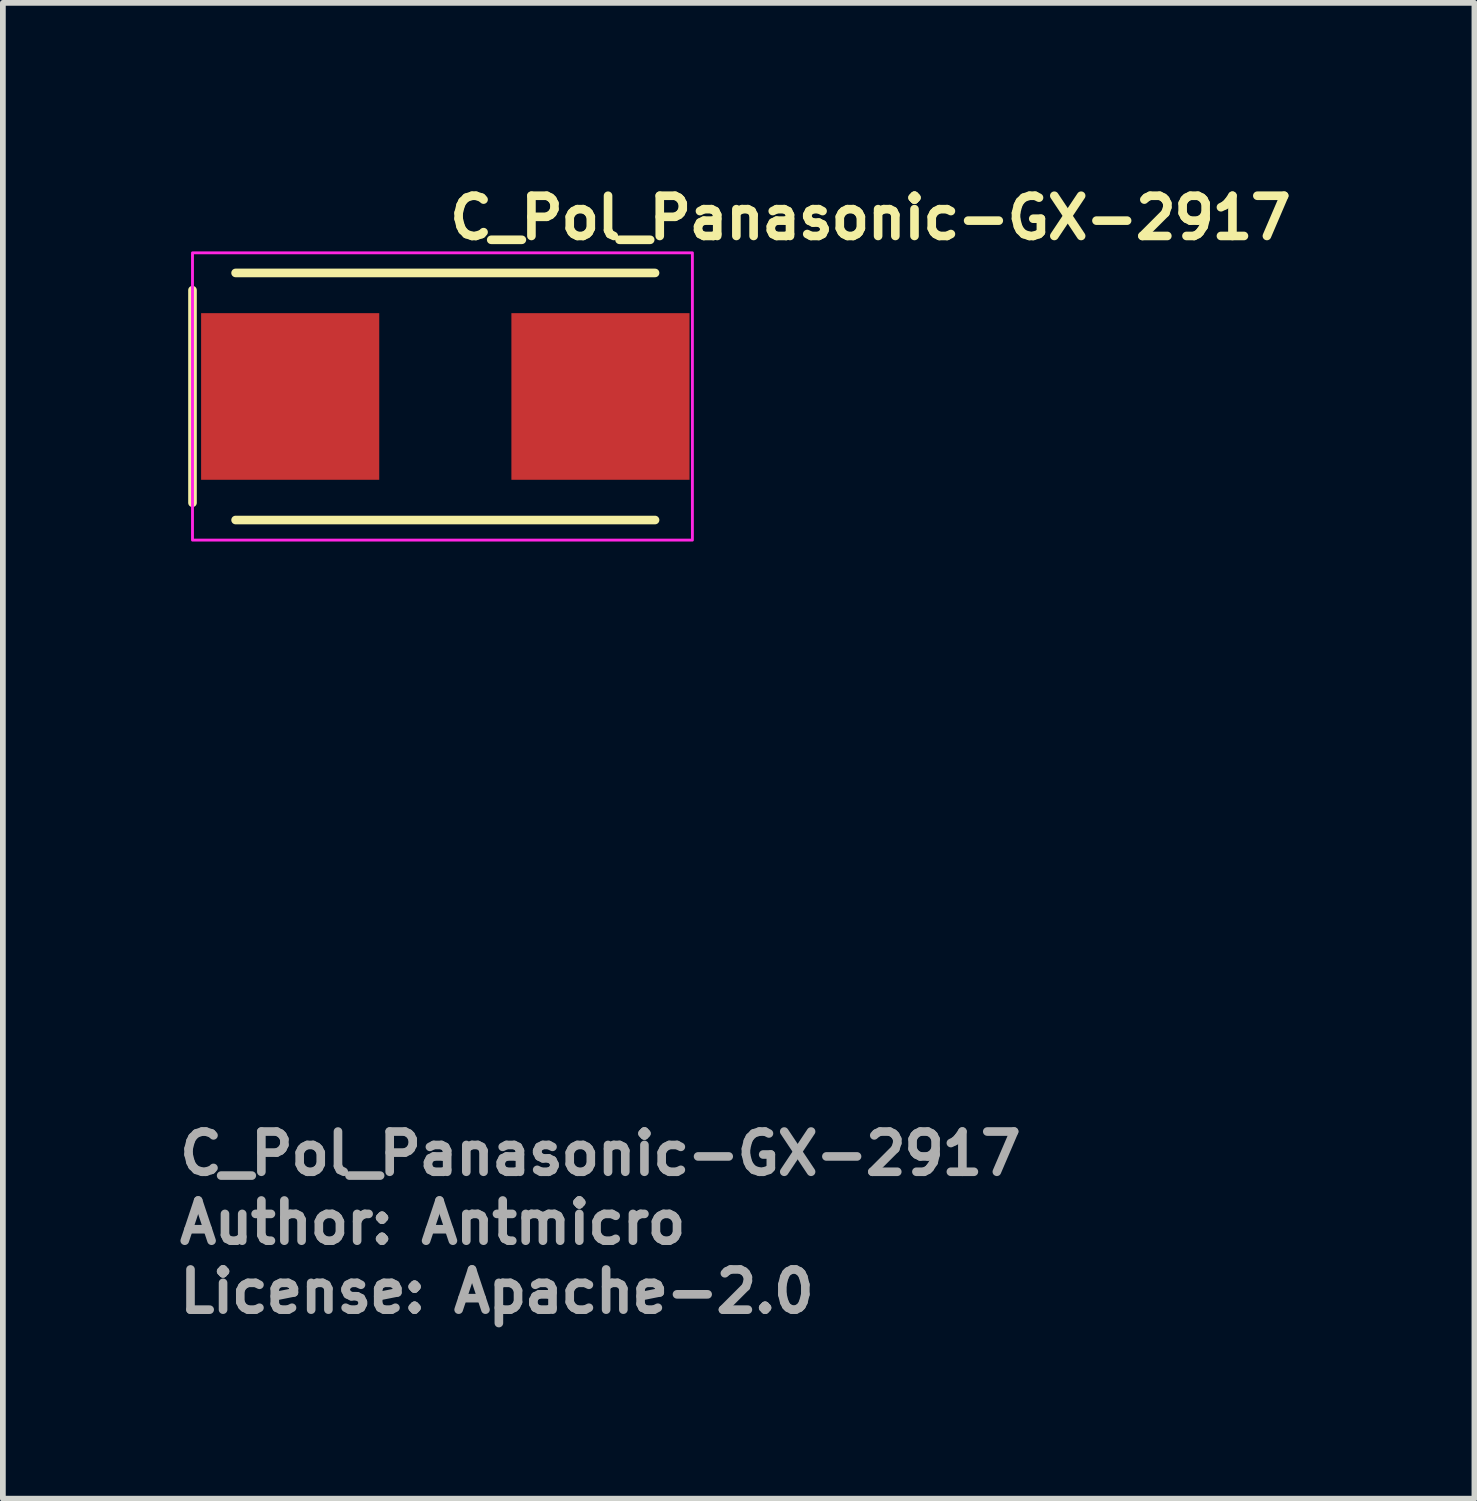
<source format=kicad_pcb>
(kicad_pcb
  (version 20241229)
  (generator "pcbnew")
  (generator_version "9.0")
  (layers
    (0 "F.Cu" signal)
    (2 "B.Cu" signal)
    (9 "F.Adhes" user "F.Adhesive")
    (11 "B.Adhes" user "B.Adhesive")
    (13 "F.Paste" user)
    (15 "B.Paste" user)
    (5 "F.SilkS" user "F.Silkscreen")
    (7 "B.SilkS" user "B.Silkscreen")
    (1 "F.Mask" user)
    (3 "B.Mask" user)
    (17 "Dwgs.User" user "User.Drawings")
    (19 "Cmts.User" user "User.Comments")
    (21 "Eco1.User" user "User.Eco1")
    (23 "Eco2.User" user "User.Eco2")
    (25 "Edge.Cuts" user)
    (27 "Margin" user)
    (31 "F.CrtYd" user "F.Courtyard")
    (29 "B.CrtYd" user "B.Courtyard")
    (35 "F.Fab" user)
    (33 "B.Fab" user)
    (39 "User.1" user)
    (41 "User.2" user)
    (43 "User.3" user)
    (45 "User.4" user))
  (footprint "C_Pol_Panasonic-GX-2917"
    (layer "F.Cu")
    (at 4.7 3.85)
    (property "Reference" "C_Pol_Panasonic-GX-2917" (at 0 -2.7 0) (unlocked yes) (layer "F.SilkS") (effects (font (size 0.7 0.7) (thickness 0.15)) (justify left bottom)))
    (attr smd)
    (fp_line (start -4.4 1.85) (end -4.4 -1.85) (stroke (width 0.15) (type solid)) (layer "F.SilkS"))
    (fp_line (start 3.65 -2.15) (end -3.65 -2.15) (stroke (width 0.15) (type solid)) (layer "F.SilkS"))
    (fp_line (start 3.65 2.15) (end -3.65 2.15) (stroke (width 0.15) (type solid)) (layer "F.SilkS"))
    (fp_rect (start -4.4 -2.5) (end 4.3 2.5) (stroke (width 0.05) (type solid)) (fill no) (layer "F.CrtYd"))
    (fp_rect (start -3.746 -2.248) (end 3.746 2.248) (stroke (width 0.1) (type solid)) (fill no) (layer "User.5"))
    (fp_line (start -3.746 -1.245) (end -3.588 -1.245) (stroke (width 0.02) (type solid)) (layer "User.9"))
    (fp_line (start -3.746 1.245) (end -3.746 -1.245) (stroke (width 0.02) (type solid)) (layer "User.9"))
    (fp_line (start -3.588 -2.248) (end 3.588 -2.248) (stroke (width 0.02) (type solid)) (layer "User.9"))
    (fp_line (start -3.588 1.245) (end -3.746 1.245) (stroke (width 0.02) (type solid)) (layer "User.9"))
    (fp_line (start -3.588 2.248) (end -3.588 -2.248) (stroke (width 0.02) (type solid)) (layer "User.9"))
    (fp_line (start -3.444 -2.104) (end -3.444 2.104) (stroke (width 0.02) (type solid)) (layer "User.9"))
    (fp_line (start -3.444 2.104) (end -2.009 2.104) (stroke (width 0.02) (type solid)) (layer "User.9"))
    (fp_line (start -2.009 -2.104) (end -3.444 -2.104) (stroke (width 0.02) (type solid)) (layer "User.9"))
    (fp_line (start -2.009 2.104) (end -2.009 -2.104) (stroke (width 0.02) (type solid)) (layer "User.9"))
    (fp_line (start 3.588 -2.248) (end 3.588 2.248) (stroke (width 0.02) (type solid)) (layer "User.9"))
    (fp_line (start 3.588 -1.245) (end 3.746 -1.245) (stroke (width 0.02) (type solid)) (layer "User.9"))
    (fp_line (start 3.588 2.248) (end -3.588 2.248) (stroke (width 0.02) (type solid)) (layer "User.9"))
    (fp_line (start 3.746 -1.245) (end 3.746 1.245) (stroke (width 0.02) (type solid)) (layer "User.9"))
    (fp_line (start 3.746 1.245) (end 3.588 1.245) (stroke (width 0.02) (type solid)) (layer "User.9"))
    (fp_text user "Author: Antmicro" (at -4.7 14.786 0) (layer "F.Fab") (effects (font (size 0.7 0.7) (thickness 0.15)) (justify left bottom)))
    (fp_text user "License: Apache-2.0" (at -4.7 15.986 0) (layer "F.Fab") (effects (font (size 0.7 0.7) (thickness 0.15)) (justify left bottom)))
    (fp_text user "${REFERENCE}" (at -4.7 13.586 0) (layer "F.Fab") (effects (font (size 0.7 0.7) (thickness 0.15)) (justify left bottom)))
    (pad "1" smd rect (at -2.7 0) (size 3.1 2.9) (layers "F.Cu" "F.Mask" "F.Paste"))
    (pad "2" smd rect (at 2.7 0) (size 3.1 2.9) (layers "F.Cu" "F.Mask" "F.Paste")))
  (gr_rect
    (start -3 -3)
    (end 22.61 23.032)
    (stroke (width 0.1) (type default))
    (fill no)
    (layer "Edge.Cuts")))
</source>
